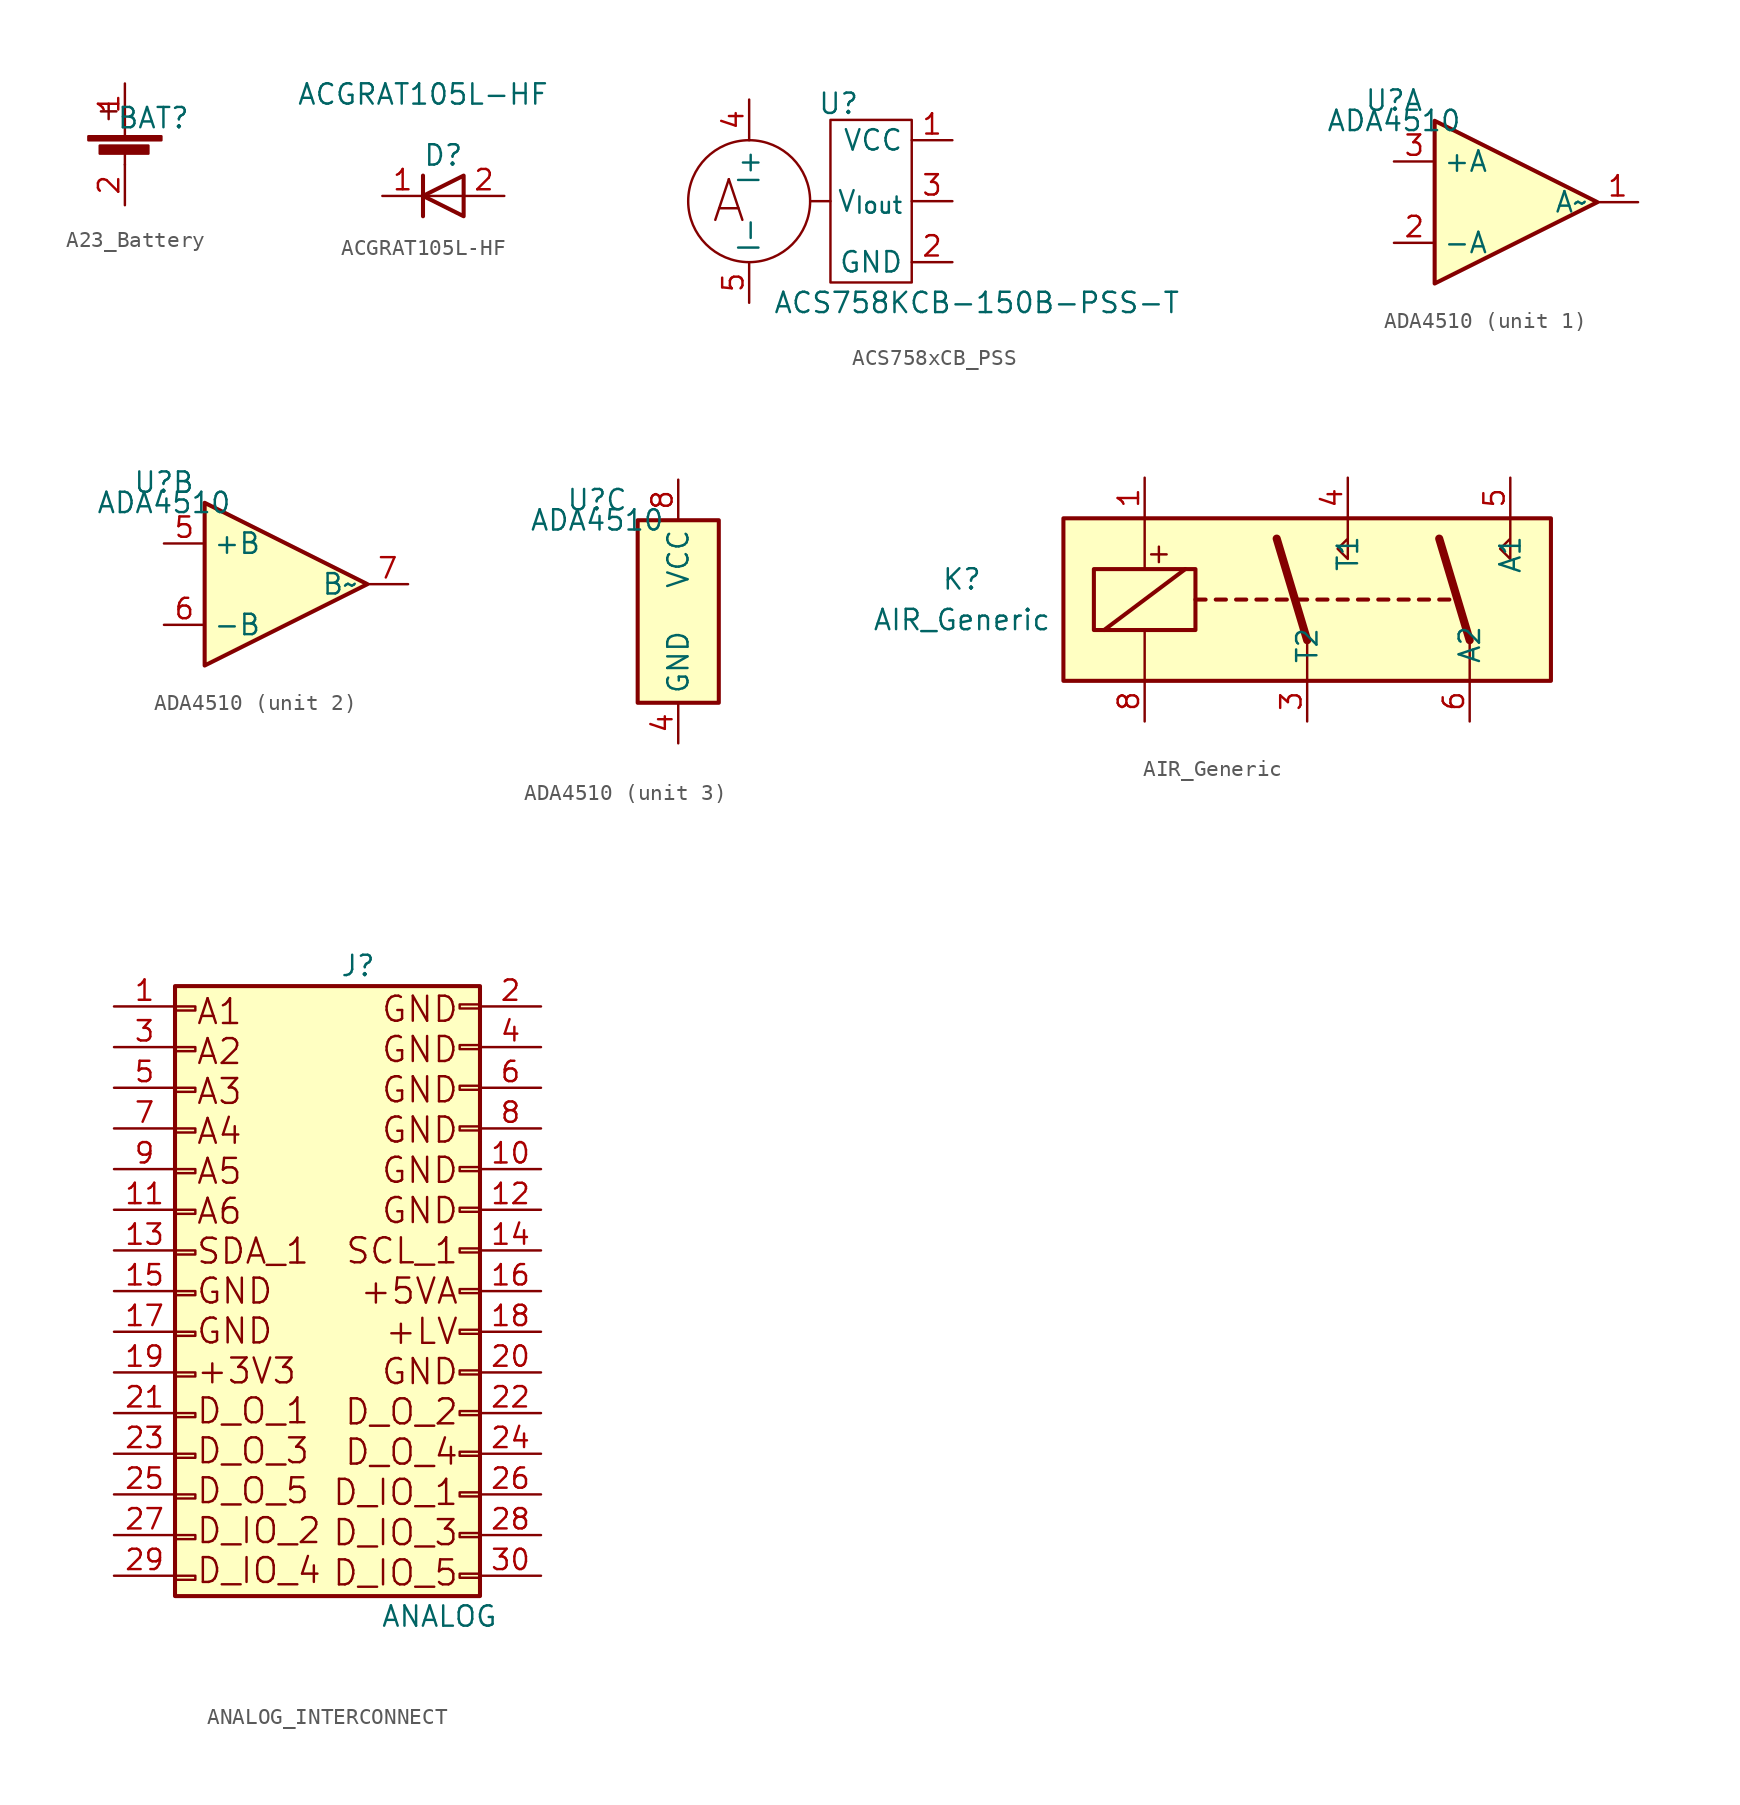
<source format=kicad_sym>
(kicad_symbol_lib
  (version 20231120)
  (generator "kicad_symbol_editor")
  (generator_version "8.0")
  (symbol "A23_Battery"
    (pin_names
      (offset 0) hide)
    (property "Reference" "BAT"
      (at 1.778 1.651 0)
      (effects (font (size 1.27 1.27))))
    (property "Value" ""
      (at 0 0 0)
      (effects (font (size 1.27 1.27))))
    (symbol "A23_Battery_0_1"
      (rectangle (start -2.286 0.508) (end 2.286 0.254) (stroke (width 0) (type default)) (fill (type outline)))
      (rectangle (start -1.575 -0.076) (end 1.473 -0.584) (stroke (width 0) (type default)) (fill (type outline)))
      (polyline (pts (xy 0 -0.508) (xy 0 -1.27)) (stroke (width 0) (type default)) (fill (type none)))
      (polyline (pts (xy 0 0.508) (xy 0 1.27)) (stroke (width 0) (type default)) (fill (type none))))
    (symbol "A23_Battery_1_1"
      (text "+" (at -1.016 2.159 0) (effects (font (size 1.27 1.27))))
      (pin input line (at 0 3.81 270) (length 2.54) (name "+" (effects (font (size 1.27 1.27)))) (number "1" (effects (font (size 1.27 1.27)))))
      (pin input line (at 0 -3.81 90) (length 2.54) (name "-" (effects (font (size 1.27 1.27)))) (number "2" (effects (font (size 1.27 1.27)))))))
  (symbol "ACGRAT105L-HF"
    (pin_names
      (offset 1.016))
    (property "Reference" "D"
      (at 0 0 0)
      (effects (font (size 1.27 1.27))))
    (property "Value" "ACGRAT105L-HF"
      (at -1.27 3.81 0)
      (effects (font (size 1.27 1.27))))
    (symbol "ACGRAT105L-HF_1_1"
      (polyline (pts (xy -1.27 -1.27) (xy -1.27 -3.81)) (stroke (width 0.254) (type default)) (fill (type none)))
      (polyline (pts (xy 1.27 -2.54) (xy -1.27 -2.54)) (stroke (width 0) (type default)) (fill (type none)))
      (polyline (pts (xy 1.27 -1.27) (xy 1.27 -3.81) (xy -1.27 -2.54) (xy 1.27 -1.27)) (stroke (width 0.254) (type default)) (fill (type none)))
      (pin passive line (at -3.81 -2.54 0) (length 2.54) (name "" (effects (font (size 1.27 1.27)))) (number "1" (effects (font (size 1.27 1.27)))))
      (pin passive line (at 3.81 -2.54 180) (length 2.54) (name "" (effects (font (size 1.27 1.27)))) (number "2" (effects (font (size 1.27 1.27)))))))
  (symbol "ACS758xCB_PSS"
    (property "Reference" "U"
      (at 1.778 6.096 0)
      (do_not_autoplace)
      (effects (font (size 1.27 1.27))))
    (property "Value" "ACS758KCB-150B-PSS-T"
      (at 10.414 -6.35 0)
      (effects (font (size 1.27 1.27))))
    (symbol "ACS758xCB_PSS_1_1"
      (circle (center -3.81 0) (radius 3.81) (stroke (width 0) (type default)) (fill (type none)))
      (polyline (pts (xy 0 0) (xy 1.27 0)) (stroke (width 0) (type default)) (fill (type none)))
      (rectangle (start 1.27 5.08) (end 6.35 -5.08) (stroke (width 0) (type default)) (fill (type none)))
      (text "A" (at -5.08 0 0) (effects (font (size 2.54 2.54))))
      (pin input line (at 8.89 3.81 180) (length 2.54) (name "VCC" (effects (font (size 1.27 1.27)))) (number "1" (effects (font (size 1.27 1.27)))))
      (pin input line (at 8.89 -3.81 180) (length 2.54) (name "GND" (effects (font (size 1.27 1.27)))) (number "2" (effects (font (size 1.27 1.27)))))
      (pin input line (at 8.89 0 180) (length 2.54) (name "V_{I_{out}}" (effects (font (size 1.27 1.27)))) (number "3" (effects (font (size 1.27 1.27)))))
      (pin input line (at -3.81 6.35 270) (length 2.54) (name "I+" (effects (font (size 1.27 1.27)))) (number "4" (effects (font (size 1.27 1.27)))))
      (pin input line (at -3.81 -6.35 90) (length 2.54) (name "I-" (effects (font (size 1.27 1.27)))) (number "5" (effects (font (size 1.27 1.27)))))))
  (symbol "ADA4510"
    (property "Reference" "U"
      (at -2.54 1.27 0)
      (effects (font (size 1.27 1.27))))
    (property "Value" "ADA4510"
      (at -2.54 0 0)
      (effects (font (size 1.27 1.27))))
    (property "ki_locked" ""
      (at 0 0 0)
      (effects (font (size 1.27 1.27))))
    (symbol "ADA4510_1_1"
      (polyline (pts (xy 0 0) (xy 10.16 -5.08) (xy 0 -10.16) (xy 0 0) (xy 0 0)) (stroke (width 0.254) (type default)) (fill (type background)))
      (pin output line (at 12.7 -5.08 180) (length 2.54) (name "A~" (effects (font (size 1.27 1.27)))) (number "1" (effects (font (size 1.27 1.27)))))
      (pin input line (at -2.54 -7.62 0) (length 2.54) (name "-A" (effects (font (size 1.27 1.27)))) (number "2" (effects (font (size 1.27 1.27)))))
      (pin input line (at -2.54 -2.54 0) (length 2.54) (name "+A" (effects (font (size 1.27 1.27)))) (number "3" (effects (font (size 1.27 1.27))))))
    (symbol "ADA4510_2_1"
      (polyline (pts (xy 0 0) (xy 10.16 -5.08) (xy 0 -10.16) (xy 0 0) (xy 0 0)) (stroke (width 0.254) (type default)) (fill (type background)))
      (pin input line (at -2.54 -2.54 0) (length 2.54) (name "+B" (effects (font (size 1.27 1.27)))) (number "5" (effects (font (size 1.27 1.27)))))
      (pin input line (at -2.54 -7.62 0) (length 2.54) (name "-B" (effects (font (size 1.27 1.27)))) (number "6" (effects (font (size 1.27 1.27)))))
      (pin output line (at 12.7 -5.08 180) (length 2.54) (name "B~" (effects (font (size 1.27 1.27)))) (number "7" (effects (font (size 1.27 1.27))))))
    (symbol "ADA4510_3_0"
      (pin power_in line (at 2.54 -13.97 90) (length 2.54) (name "GND" (effects (font (size 1.27 1.27)))) (number "4" (effects (font (size 1.27 1.27)))))
      (pin power_in line (at 2.54 2.54 270) (length 2.54) (name "VCC" (effects (font (size 1.27 1.27)))) (number "8" (effects (font (size 1.27 1.27))))))
    (symbol "ADA4510_3_1"
      (rectangle (start 0 0) (end 5.08 -11.43) (stroke (width 0.254) (type default)) (fill (type background)))))
  (symbol "AIR_Generic"
    (pin_names
      (offset 1.016))
    (property "Reference" "K"
      (at -21.59 -13.97 0)
      (effects (font (size 1.27 1.27))))
    (property "Value" "AIR_Generic"
      (at -21.59 -16.51 0)
      (effects (font (size 1.27 1.27))))
    (symbol "AIR_Generic_1_1"
      (rectangle (start -15.24 -10.16) (end 15.24 -20.32) (stroke (width 0.254) (type default)) (fill (type background)))
      (rectangle (start -13.335 -13.335) (end -6.985 -17.145) (stroke (width 0.254) (type default)) (fill (type none)))
      (polyline (pts (xy -12.7 -17.145) (xy -7.62 -13.335)) (stroke (width 0.254) (type default)) (fill (type none)))
      (polyline (pts (xy -10.16 -20.32) (xy -10.16 -17.145)) (stroke (width 0) (type default)) (fill (type none)))
      (polyline (pts (xy -10.16 -10.16) (xy -10.16 -13.335)) (stroke (width 0) (type default)) (fill (type none)))
      (polyline (pts (xy -6.985 -15.24) (xy -6.35 -15.24)) (stroke (width 0.254) (type default)) (fill (type none)))
      (polyline (pts (xy -5.715 -15.24) (xy -5.08 -15.24)) (stroke (width 0.254) (type default)) (fill (type none)))
      (polyline (pts (xy -4.445 -15.24) (xy -3.81 -15.24)) (stroke (width 0.254) (type default)) (fill (type none)))
      (polyline (pts (xy -3.175 -15.24) (xy -2.54 -15.24)) (stroke (width 0.254) (type default)) (fill (type none)))
      (polyline (pts (xy -1.905 -15.24) (xy -1.27 -15.24)) (stroke (width 0.254) (type default)) (fill (type none)))
      (polyline (pts (xy -0.635 -15.24) (xy 0 -15.24)) (stroke (width 0.254) (type default)) (fill (type none)))
      (polyline (pts (xy 0 -17.78) (xy -1.905 -11.43)) (stroke (width 0.508) (type default)) (fill (type none)))
      (polyline (pts (xy 0 -17.78) (xy 0 -20.32)) (stroke (width 0) (type default)) (fill (type none)))
      (polyline (pts (xy 0.635 -15.24) (xy 1.27 -15.24)) (stroke (width 0.254) (type default)) (fill (type none)))
      (polyline (pts (xy 1.905 -15.24) (xy 2.54 -15.24)) (stroke (width 0.254) (type default)) (fill (type none)))
      (polyline (pts (xy 3.175 -15.24) (xy 3.81 -15.24)) (stroke (width 0.254) (type default)) (fill (type none)))
      (polyline (pts (xy 4.445 -15.24) (xy 5.08 -15.24)) (stroke (width 0.254) (type default)) (fill (type none)))
      (polyline (pts (xy 5.715 -15.24) (xy 6.35 -15.24)) (stroke (width 0.254) (type default)) (fill (type none)))
      (polyline (pts (xy 6.985 -15.24) (xy 7.62 -15.24)) (stroke (width 0.254) (type default)) (fill (type none)))
      (polyline (pts (xy 8.255 -15.24) (xy 8.89 -15.24)) (stroke (width 0.254) (type default)) (fill (type none)))
      (polyline (pts (xy 10.16 -17.78) (xy 8.255 -11.43)) (stroke (width 0.508) (type default)) (fill (type none)))
      (polyline (pts (xy 10.16 -17.78) (xy 10.16 -20.32)) (stroke (width 0) (type default)) (fill (type none)))
      (polyline (pts (xy 2.54 -10.16) (xy 2.54 -12.7) (xy 1.905 -12.065) (xy 2.54 -11.43)) (stroke (width 0) (type default)) (fill (type none)))
      (polyline (pts (xy 12.7 -10.16) (xy 12.7 -12.7) (xy 12.065 -12.065) (xy 12.7 -11.43)) (stroke (width 0) (type default)) (fill (type none)))
      (text "+" (at -9.271 -12.319 0) (effects (font (size 1.27 1.27))))
      (pin passive line (at -10.16 -7.62 270) (length 2.54) (name "~" (effects (font (size 1.27 1.27)))) (number "1" (effects (font (size 1.27 1.27)))))
      (pin passive line (at 0 -22.86 90) (length 2.54) (name "T2" (effects (font (size 1.27 1.27)))) (number "3" (effects (font (size 1.27 1.27)))))
      (pin passive line (at 2.54 -7.62 270) (length 2.54) (name "T1" (effects (font (size 1.27 1.27)))) (number "4" (effects (font (size 1.27 1.27)))))
      (pin passive line (at 12.7 -7.62 270) (length 2.54) (name "A1" (effects (font (size 1.27 1.27)))) (number "5" (effects (font (size 1.27 1.27)))))
      (pin passive line (at 10.16 -22.86 90) (length 2.54) (name "A2" (effects (font (size 1.27 1.27)))) (number "6" (effects (font (size 1.27 1.27)))))
      (pin passive line (at -10.16 -22.86 90) (length 2.54) (name "~" (effects (font (size 1.27 1.27)))) (number "8" (effects (font (size 1.27 1.27)))))))
  (symbol "ANALOG_INTERCONNECT"
    (pin_names
      (offset 1.016) hide)
    (property "Reference" "J"
      (at 1.27 20.32 0)
      (effects (font (size 1.27 1.27))))
    (property "Value" "ANALOG"
      (at 6.35 -20.32 0)
      (effects (font (size 1.27 1.27))))
    (symbol "ANALOG_INTERCONNECT_1_1"
      (rectangle (start -10.16 -17.78) (end -8.89 -18.034) (stroke (width 0.152) (type default)) (fill (type none)))
      (rectangle (start -10.16 -15.24) (end -8.89 -15.494) (stroke (width 0.152) (type default)) (fill (type none)))
      (rectangle (start -10.16 -12.7) (end -8.89 -12.954) (stroke (width 0.152) (type default)) (fill (type none)))
      (rectangle (start -10.16 -10.16) (end -8.89 -10.414) (stroke (width 0.152) (type default)) (fill (type none)))
      (rectangle (start -10.16 -7.62) (end -8.89 -7.874) (stroke (width 0.152) (type default)) (fill (type none)))
      (rectangle (start -10.16 -5.08) (end -8.89 -5.334) (stroke (width 0.152) (type default)) (fill (type none)))
      (rectangle (start -10.16 -2.54) (end -8.89 -2.794) (stroke (width 0.152) (type default)) (fill (type none)))
      (rectangle (start -10.16 0) (end -8.89 -0.254) (stroke (width 0.152) (type default)) (fill (type none)))
      (rectangle (start -10.16 2.54) (end -8.89 2.286) (stroke (width 0.152) (type default)) (fill (type none)))
      (rectangle (start -10.16 5.08) (end -8.89 4.826) (stroke (width 0.152) (type default)) (fill (type none)))
      (rectangle (start -10.16 7.62) (end -8.89 7.366) (stroke (width 0.152) (type default)) (fill (type none)))
      (rectangle (start -10.16 10.16) (end -8.89 9.906) (stroke (width 0.152) (type default)) (fill (type none)))
      (rectangle (start -10.16 12.7) (end -8.89 12.446) (stroke (width 0.152) (type default)) (fill (type none)))
      (rectangle (start -10.16 15.24) (end -8.89 14.986) (stroke (width 0.152) (type default)) (fill (type none)))
      (rectangle (start -10.16 17.78) (end -8.89 17.526) (stroke (width 0.152) (type default)) (fill (type none)))
      (rectangle (start -10.16 19.05) (end 8.89 -19.05) (stroke (width 0.254) (type default)) (fill (type background)))
      (rectangle (start 7.62 5.207) (end 8.89 4.953) (stroke (width 0.152) (type default)) (fill (type none)))
      (rectangle (start 8.89 -17.653) (end 7.62 -17.907) (stroke (width 0.152) (type default)) (fill (type none)))
      (rectangle (start 8.89 -15.113) (end 7.62 -15.367) (stroke (width 0.152) (type default)) (fill (type none)))
      (rectangle (start 8.89 -12.573) (end 7.62 -12.827) (stroke (width 0.152) (type default)) (fill (type none)))
      (rectangle (start 8.89 -10.033) (end 7.62 -10.287) (stroke (width 0.152) (type default)) (fill (type none)))
      (rectangle (start 8.89 -7.493) (end 7.62 -7.747) (stroke (width 0.152) (type default)) (fill (type none)))
      (rectangle (start 8.89 -4.953) (end 7.62 -5.207) (stroke (width 0.152) (type default)) (fill (type none)))
      (rectangle (start 8.89 -2.413) (end 7.62 -2.667) (stroke (width 0.152) (type default)) (fill (type none)))
      (rectangle (start 8.89 0.127) (end 7.62 -0.127) (stroke (width 0.152) (type default)) (fill (type none)))
      (rectangle (start 8.89 2.667) (end 7.62 2.413) (stroke (width 0.152) (type default)) (fill (type none)))
      (rectangle (start 8.89 7.747) (end 7.62 7.493) (stroke (width 0.152) (type default)) (fill (type none)))
      (rectangle (start 8.89 10.287) (end 7.62 10.033) (stroke (width 0.152) (type default)) (fill (type none)))
      (rectangle (start 8.89 12.827) (end 7.62 12.573) (stroke (width 0.152) (type default)) (fill (type none)))
      (rectangle (start 8.89 15.367) (end 7.62 15.113) (stroke (width 0.152) (type default)) (fill (type none)))
      (rectangle (start 8.89 17.907) (end 7.62 17.653) (stroke (width 0.152) (type default)) (fill (type none)))
      (text "A1\nA2\nA3\nA4\nA5\nA6\nSDA_1\nGND\nGND\n+3V3\nD_O_1\nD_O_3\nD_O_5\nD_IO_2\nD_IO_4" (at -8.89 0 0) (effects (font (size 1.549 1.549)) (justify left)))
      (text "GND\nGND\nGND\nGND\nGND\nGND\nSCL_1\n+5VA\n+LV\nGND\nD_O_2\nD_O_4\nD_IO_1\nD_IO_3\nD_IO_5" (at 7.62 0 0) (effects (font (size 1.562 1.562)) (justify right)))
      (pin passive line (at -13.97 17.78 0) (length 3.81) (name "Pin_1" (effects (font (size 1.27 1.27)))) (number "1" (effects (font (size 1.27 1.27)))))
      (pin passive line (at 12.7 7.62 180) (length 3.81) (name "Pin_10" (effects (font (size 1.27 1.27)))) (number "10" (effects (font (size 1.27 1.27)))))
      (pin passive line (at -13.97 5.08 0) (length 3.81) (name "Pin_11" (effects (font (size 1.27 1.27)))) (number "11" (effects (font (size 1.27 1.27)))))
      (pin passive line (at 12.7 5.08 180) (length 3.81) (name "Pin_12" (effects (font (size 1.27 1.27)))) (number "12" (effects (font (size 1.27 1.27)))))
      (pin passive line (at -13.97 2.54 0) (length 3.81) (name "Pin_13" (effects (font (size 1.27 1.27)))) (number "13" (effects (font (size 1.27 1.27)))))
      (pin passive line (at 12.7 2.54 180) (length 3.81) (name "Pin_14" (effects (font (size 1.27 1.27)))) (number "14" (effects (font (size 1.27 1.27)))))
      (pin passive line (at -13.97 0 0) (length 3.81) (name "Pin_15" (effects (font (size 1.27 1.27)))) (number "15" (effects (font (size 1.27 1.27)))))
      (pin passive line (at 12.7 0 180) (length 3.81) (name "Pin_16" (effects (font (size 1.27 1.27)))) (number "16" (effects (font (size 1.27 1.27)))))
      (pin passive line (at -13.97 -2.54 0) (length 3.81) (name "Pin_17" (effects (font (size 1.27 1.27)))) (number "17" (effects (font (size 1.27 1.27)))))
      (pin passive line (at 12.7 -2.54 180) (length 3.81) (name "Pin_18" (effects (font (size 1.27 1.27)))) (number "18" (effects (font (size 1.27 1.27)))))
      (pin passive line (at -13.97 -5.08 0) (length 3.81) (name "Pin_19" (effects (font (size 1.27 1.27)))) (number "19" (effects (font (size 1.27 1.27)))))
      (pin passive line (at 12.7 17.78 180) (length 3.81) (name "Pin_2" (effects (font (size 1.27 1.27)))) (number "2" (effects (font (size 1.27 1.27)))))
      (pin passive line (at 12.7 -5.08 180) (length 3.81) (name "Pin_20" (effects (font (size 1.27 1.27)))) (number "20" (effects (font (size 1.27 1.27)))))
      (pin passive line (at -13.97 -7.62 0) (length 3.81) (name "Pin_21" (effects (font (size 1.27 1.27)))) (number "21" (effects (font (size 1.27 1.27)))))
      (pin passive line (at 12.7 -7.62 180) (length 3.81) (name "Pin_22" (effects (font (size 1.27 1.27)))) (number "22" (effects (font (size 1.27 1.27)))))
      (pin passive line (at -13.97 -10.16 0) (length 3.81) (name "Pin_23" (effects (font (size 1.27 1.27)))) (number "23" (effects (font (size 1.27 1.27)))))
      (pin passive line (at 12.7 -10.16 180) (length 3.81) (name "Pin_24" (effects (font (size 1.27 1.27)))) (number "24" (effects (font (size 1.27 1.27)))))
      (pin passive line (at -13.97 -12.7 0) (length 3.81) (name "Pin_25" (effects (font (size 1.27 1.27)))) (number "25" (effects (font (size 1.27 1.27)))))
      (pin passive line (at 12.7 -12.7 180) (length 3.81) (name "Pin_26" (effects (font (size 1.27 1.27)))) (number "26" (effects (font (size 1.27 1.27)))))
      (pin passive line (at -13.97 -15.24 0) (length 3.81) (name "Pin_27" (effects (font (size 1.27 1.27)))) (number "27" (effects (font (size 1.27 1.27)))))
      (pin passive line (at 12.7 -15.24 180) (length 3.81) (name "Pin_28" (effects (font (size 1.27 1.27)))) (number "28" (effects (font (size 1.27 1.27)))))
      (pin passive line (at -13.97 -17.78 0) (length 3.81) (name "Pin_29" (effects (font (size 1.27 1.27)))) (number "29" (effects (font (size 1.27 1.27)))))
      (pin passive line (at -13.97 15.24 0) (length 3.81) (name "Pin_3" (effects (font (size 1.27 1.27)))) (number "3" (effects (font (size 1.27 1.27)))))
      (pin passive line (at 12.7 -17.78 180) (length 3.81) (name "Pin_30" (effects (font (size 1.27 1.27)))) (number "30" (effects (font (size 1.27 1.27)))))
      (pin passive line (at 12.7 15.24 180) (length 3.81) (name "Pin_4" (effects (font (size 1.27 1.27)))) (number "4" (effects (font (size 1.27 1.27)))))
      (pin passive line (at -13.97 12.7 0) (length 3.81) (name "Pin_5" (effects (font (size 1.27 1.27)))) (number "5" (effects (font (size 1.27 1.27)))))
      (pin passive line (at 12.7 12.7 180) (length 3.81) (name "Pin_6" (effects (font (size 1.27 1.27)))) (number "6" (effects (font (size 1.27 1.27)))))
      (pin passive line (at -13.97 10.16 0) (length 3.81) (name "Pin_7" (effects (font (size 1.27 1.27)))) (number "7" (effects (font (size 1.27 1.27)))))
      (pin passive line (at 12.7 10.16 180) (length 3.81) (name "Pin_8" (effects (font (size 1.27 1.27)))) (number "8" (effects (font (size 1.27 1.27)))))
      (pin passive line (at -13.97 7.62 0) (length 3.81) (name "Pin_9" (effects (font (size 1.27 1.27)))) (number "9" (effects (font (size 1.27 1.27))))))))
</source>
